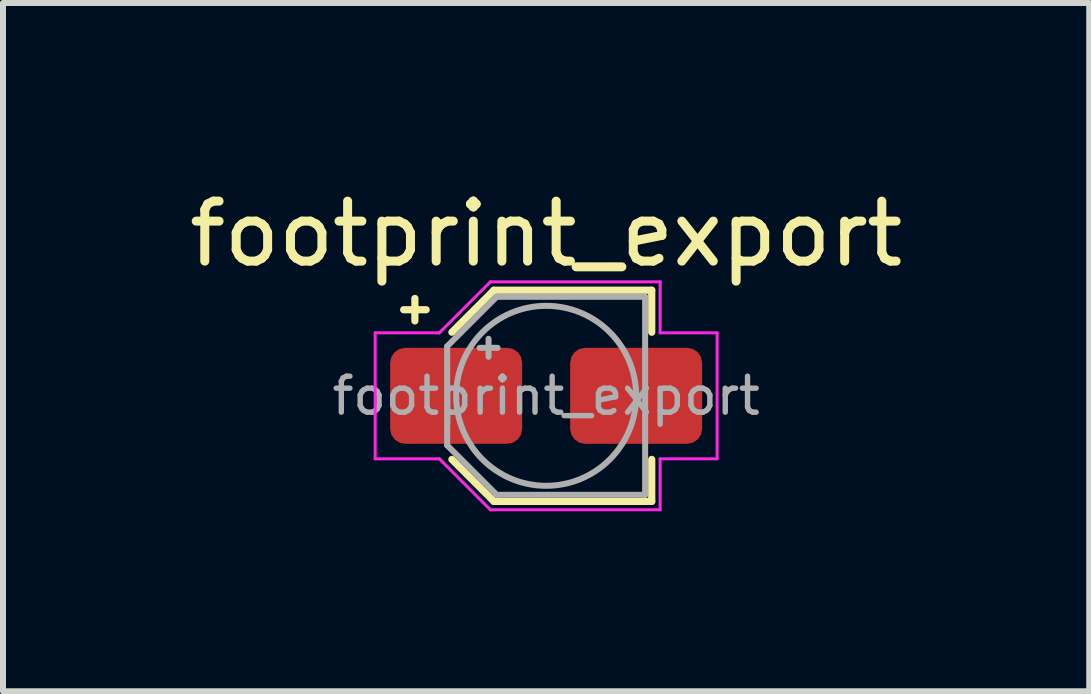
<source format=kicad_pcb>
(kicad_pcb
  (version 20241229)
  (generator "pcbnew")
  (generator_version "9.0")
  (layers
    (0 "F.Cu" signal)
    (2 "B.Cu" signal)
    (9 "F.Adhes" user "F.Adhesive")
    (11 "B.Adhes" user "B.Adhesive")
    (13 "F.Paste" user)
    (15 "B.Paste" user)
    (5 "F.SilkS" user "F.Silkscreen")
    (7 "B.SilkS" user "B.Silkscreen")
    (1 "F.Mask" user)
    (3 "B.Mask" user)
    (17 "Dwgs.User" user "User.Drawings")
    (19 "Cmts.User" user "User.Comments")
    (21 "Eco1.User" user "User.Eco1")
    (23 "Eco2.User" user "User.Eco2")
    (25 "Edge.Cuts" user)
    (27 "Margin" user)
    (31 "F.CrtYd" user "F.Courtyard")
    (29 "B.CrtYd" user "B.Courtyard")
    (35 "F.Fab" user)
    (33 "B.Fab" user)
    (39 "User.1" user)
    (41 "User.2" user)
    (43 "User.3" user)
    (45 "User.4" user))
  (footprint "footprint_export"
    (layer "F.Cu")
    (at 6.054 3.548)
    (property "Reference" "footprint_export" (at 0 -2.7 0) (layer "F.SilkS") (effects (font (size 1 1) (thickness 0.15))))
    (attr smd)
    (fp_line (start -2.375 -1.435) (end -2 -1.435) (stroke (width 0.12) (type solid)) (layer "F.SilkS"))
    (fp_line (start -2.188 -1.623) (end -2.188 -1.248) (stroke (width 0.12) (type solid)) (layer "F.SilkS"))
    (fp_line (start -1.571 -1.06) (end -0.871 -1.76) (stroke (width 0.12) (type solid)) (layer "F.SilkS"))
    (fp_line (start -1.571 1.06) (end -0.871 1.76) (stroke (width 0.12) (type solid)) (layer "F.SilkS"))
    (fp_line (start -0.871 -1.76) (end 1.76 -1.76) (stroke (width 0.12) (type solid)) (layer "F.SilkS"))
    (fp_line (start -0.871 1.76) (end 1.76 1.76) (stroke (width 0.12) (type solid)) (layer "F.SilkS"))
    (fp_line (start 1.76 -1.76) (end 1.76 -1.06) (stroke (width 0.12) (type solid)) (layer "F.SilkS"))
    (fp_line (start 1.76 1.76) (end 1.76 1.06) (stroke (width 0.12) (type solid)) (layer "F.SilkS"))
    (fp_line (start -2.85 -1.05) (end -2.85 1.05) (stroke (width 0.05) (type solid)) (layer "F.CrtYd"))
    (fp_line (start -2.85 1.05) (end -1.78 1.05) (stroke (width 0.05) (type solid)) (layer "F.CrtYd"))
    (fp_line (start -1.78 -1.05) (end -2.85 -1.05) (stroke (width 0.05) (type solid)) (layer "F.CrtYd"))
    (fp_line (start -1.78 -1.05) (end -0.93 -1.9) (stroke (width 0.05) (type solid)) (layer "F.CrtYd"))
    (fp_line (start -1.78 1.05) (end -0.93 1.9) (stroke (width 0.05) (type solid)) (layer "F.CrtYd"))
    (fp_line (start -0.93 -1.9) (end 1.9 -1.9) (stroke (width 0.05) (type solid)) (layer "F.CrtYd"))
    (fp_line (start -0.93 1.9) (end 1.9 1.9) (stroke (width 0.05) (type solid)) (layer "F.CrtYd"))
    (fp_line (start 1.9 -1.9) (end 1.9 -1.05) (stroke (width 0.05) (type solid)) (layer "F.CrtYd"))
    (fp_line (start 1.9 -1.05) (end 2.85 -1.05) (stroke (width 0.05) (type solid)) (layer "F.CrtYd"))
    (fp_line (start 1.9 1.05) (end 1.9 1.9) (stroke (width 0.05) (type solid)) (layer "F.CrtYd"))
    (fp_line (start 2.85 -1.05) (end 2.85 1.05) (stroke (width 0.05) (type solid)) (layer "F.CrtYd"))
    (fp_line (start 2.85 1.05) (end 1.9 1.05) (stroke (width 0.05) (type solid)) (layer "F.CrtYd"))
    (fp_line (start -1.65 -0.825) (end -1.65 0.825) (stroke (width 0.1) (type solid)) (layer "F.Fab"))
    (fp_line (start -1.65 -0.825) (end -0.825 -1.65) (stroke (width 0.1) (type solid)) (layer "F.Fab"))
    (fp_line (start -1.65 0.825) (end -0.825 1.65) (stroke (width 0.1) (type solid)) (layer "F.Fab"))
    (fp_line (start -1.11 -0.8) (end -0.81 -0.8) (stroke (width 0.1) (type solid)) (layer "F.Fab"))
    (fp_line (start -0.96 -0.95) (end -0.96 -0.65) (stroke (width 0.1) (type solid)) (layer "F.Fab"))
    (fp_line (start -0.825 -1.65) (end 1.65 -1.65) (stroke (width 0.1) (type solid)) (layer "F.Fab"))
    (fp_line (start -0.825 1.65) (end 1.65 1.65) (stroke (width 0.1) (type solid)) (layer "F.Fab"))
    (fp_line (start 1.65 -1.65) (end 1.65 1.65) (stroke (width 0.1) (type solid)) (layer "F.Fab"))
    (fp_circle (center 0 0) (end 1.5 0) (stroke (width 0.1) (type solid)) (fill no) (layer "F.Fab"))
    (fp_text user "${REFERENCE}" (at 0 0 0) (layer "F.Fab") (effects (font (size 0.6 0.6) (thickness 0.09))))
    (pad "1" smd roundrect (at -1.5 0) (size 2.2 1.6) (layers "F.Cu" "F.Mask" "F.Paste") (roundrect_rratio 0.156))
    (pad "2" smd roundrect (at 1.5 0) (size 2.2 1.6) (layers "F.Cu" "F.Mask" "F.Paste") (roundrect_rratio 0.156)))
  (gr_rect
    (start -3 -3)
    (end 15.107 8.473)
    (stroke (width 0.1) (type default))
    (fill no)
    (layer "Edge.Cuts")))
</source>
